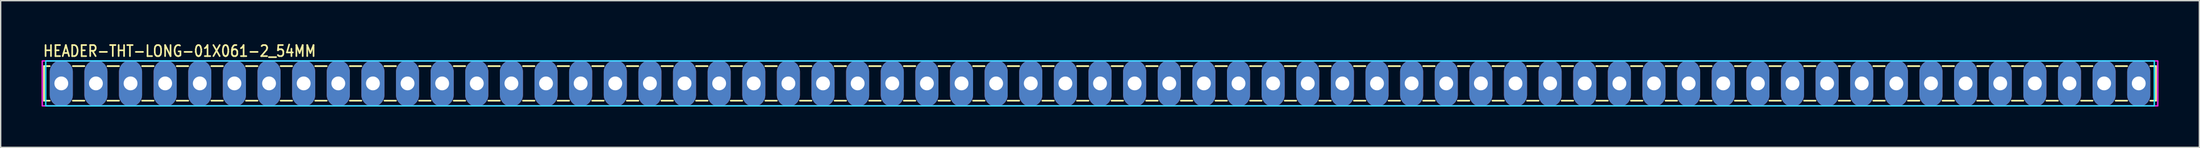
<source format=kicad_pcb>
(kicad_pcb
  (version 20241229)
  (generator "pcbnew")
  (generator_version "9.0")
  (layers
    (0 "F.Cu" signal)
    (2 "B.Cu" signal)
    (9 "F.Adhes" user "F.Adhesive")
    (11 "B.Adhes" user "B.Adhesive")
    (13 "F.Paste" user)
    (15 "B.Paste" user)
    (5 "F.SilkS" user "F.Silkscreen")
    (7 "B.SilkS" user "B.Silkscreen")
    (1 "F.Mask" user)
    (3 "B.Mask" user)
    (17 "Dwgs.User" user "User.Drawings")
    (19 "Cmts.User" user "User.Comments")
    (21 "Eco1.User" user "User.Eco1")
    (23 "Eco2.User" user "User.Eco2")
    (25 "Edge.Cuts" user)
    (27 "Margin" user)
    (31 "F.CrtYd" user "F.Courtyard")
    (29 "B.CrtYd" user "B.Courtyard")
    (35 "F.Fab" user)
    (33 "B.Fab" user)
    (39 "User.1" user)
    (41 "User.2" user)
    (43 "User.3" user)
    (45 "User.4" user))
  (footprint "HEADER-THT-LONG-01X061-2_54MM"
    (layer "F.Cu")
    (at 1.447 3.079)
    (property "Reference" "HEADER-THT-LONG-01X061-2_54MM" (at -1.4 -1.9 0) (unlocked yes) (layer "F.SilkS") (effects (font (size 0.813 0.695) (thickness 0.122)) (justify left bottom)))
    (fp_line (start -1.27 -1.27) (end -1.27 1.27) (stroke (width 0.127) (type solid)) (layer "F.SilkS"))
    (fp_line (start -1.27 1.27) (end -0.85 1.27) (stroke (width 0.127) (type solid)) (layer "F.SilkS"))
    (fp_line (start -0.85 -1.27) (end -1.27 -1.27) (stroke (width 0.127) (type solid)) (layer "F.SilkS"))
    (fp_line (start 0.85 -1.27) (end 1.69 -1.27) (stroke (width 0.127) (type solid)) (layer "F.SilkS"))
    (fp_line (start 0.85 1.27) (end 1.69 1.27) (stroke (width 0.127) (type solid)) (layer "F.SilkS"))
    (fp_line (start 3.39 -1.27) (end 4.23 -1.27) (stroke (width 0.127) (type solid)) (layer "F.SilkS"))
    (fp_line (start 3.39 1.27) (end 4.23 1.27) (stroke (width 0.127) (type solid)) (layer "F.SilkS"))
    (fp_line (start 5.93 -1.27) (end 6.77 -1.27) (stroke (width 0.127) (type solid)) (layer "F.SilkS"))
    (fp_line (start 5.93 1.27) (end 6.77 1.27) (stroke (width 0.127) (type solid)) (layer "F.SilkS"))
    (fp_line (start 8.47 -1.27) (end 9.31 -1.27) (stroke (width 0.127) (type solid)) (layer "F.SilkS"))
    (fp_line (start 8.47 1.27) (end 9.31 1.27) (stroke (width 0.127) (type solid)) (layer "F.SilkS"))
    (fp_line (start 11.01 -1.27) (end 11.85 -1.27) (stroke (width 0.127) (type solid)) (layer "F.SilkS"))
    (fp_line (start 11.01 1.27) (end 11.85 1.27) (stroke (width 0.127) (type solid)) (layer "F.SilkS"))
    (fp_line (start 13.55 -1.27) (end 14.39 -1.27) (stroke (width 0.127) (type solid)) (layer "F.SilkS"))
    (fp_line (start 13.55 1.27) (end 14.39 1.27) (stroke (width 0.127) (type solid)) (layer "F.SilkS"))
    (fp_line (start 16.09 -1.27) (end 16.93 -1.27) (stroke (width 0.127) (type solid)) (layer "F.SilkS"))
    (fp_line (start 16.09 1.27) (end 16.93 1.27) (stroke (width 0.127) (type solid)) (layer "F.SilkS"))
    (fp_line (start 18.63 -1.27) (end 19.47 -1.27) (stroke (width 0.127) (type solid)) (layer "F.SilkS"))
    (fp_line (start 18.63 1.27) (end 19.47 1.27) (stroke (width 0.127) (type solid)) (layer "F.SilkS"))
    (fp_line (start 21.17 -1.27) (end 22.01 -1.27) (stroke (width 0.127) (type solid)) (layer "F.SilkS"))
    (fp_line (start 21.17 1.27) (end 22.01 1.27) (stroke (width 0.127) (type solid)) (layer "F.SilkS"))
    (fp_line (start 23.71 -1.27) (end 24.55 -1.27) (stroke (width 0.127) (type solid)) (layer "F.SilkS"))
    (fp_line (start 23.71 1.27) (end 24.55 1.27) (stroke (width 0.127) (type solid)) (layer "F.SilkS"))
    (fp_line (start 26.25 -1.27) (end 27.09 -1.27) (stroke (width 0.127) (type solid)) (layer "F.SilkS"))
    (fp_line (start 26.25 1.27) (end 27.09 1.27) (stroke (width 0.127) (type solid)) (layer "F.SilkS"))
    (fp_line (start 28.79 -1.27) (end 29.63 -1.27) (stroke (width 0.127) (type solid)) (layer "F.SilkS"))
    (fp_line (start 28.79 1.27) (end 29.63 1.27) (stroke (width 0.127) (type solid)) (layer "F.SilkS"))
    (fp_line (start 31.33 -1.27) (end 32.17 -1.27) (stroke (width 0.127) (type solid)) (layer "F.SilkS"))
    (fp_line (start 31.33 1.27) (end 32.17 1.27) (stroke (width 0.127) (type solid)) (layer "F.SilkS"))
    (fp_line (start 33.87 -1.27) (end 34.71 -1.27) (stroke (width 0.127) (type solid)) (layer "F.SilkS"))
    (fp_line (start 33.87 1.27) (end 34.71 1.27) (stroke (width 0.127) (type solid)) (layer "F.SilkS"))
    (fp_line (start 36.41 -1.27) (end 37.25 -1.27) (stroke (width 0.127) (type solid)) (layer "F.SilkS"))
    (fp_line (start 36.41 1.27) (end 37.25 1.27) (stroke (width 0.127) (type solid)) (layer "F.SilkS"))
    (fp_line (start 38.95 -1.27) (end 39.79 -1.27) (stroke (width 0.127) (type solid)) (layer "F.SilkS"))
    (fp_line (start 38.95 1.27) (end 39.79 1.27) (stroke (width 0.127) (type solid)) (layer "F.SilkS"))
    (fp_line (start 41.49 -1.27) (end 42.33 -1.27) (stroke (width 0.127) (type solid)) (layer "F.SilkS"))
    (fp_line (start 41.49 1.27) (end 42.33 1.27) (stroke (width 0.127) (type solid)) (layer "F.SilkS"))
    (fp_line (start 44.03 -1.27) (end 44.87 -1.27) (stroke (width 0.127) (type solid)) (layer "F.SilkS"))
    (fp_line (start 44.03 1.27) (end 44.87 1.27) (stroke (width 0.127) (type solid)) (layer "F.SilkS"))
    (fp_line (start 46.57 -1.27) (end 47.41 -1.27) (stroke (width 0.127) (type solid)) (layer "F.SilkS"))
    (fp_line (start 46.57 1.27) (end 47.41 1.27) (stroke (width 0.127) (type solid)) (layer "F.SilkS"))
    (fp_line (start 49.11 -1.27) (end 49.95 -1.27) (stroke (width 0.127) (type solid)) (layer "F.SilkS"))
    (fp_line (start 49.11 1.27) (end 49.95 1.27) (stroke (width 0.127) (type solid)) (layer "F.SilkS"))
    (fp_line (start 51.65 -1.27) (end 52.49 -1.27) (stroke (width 0.127) (type solid)) (layer "F.SilkS"))
    (fp_line (start 51.65 1.27) (end 52.49 1.27) (stroke (width 0.127) (type solid)) (layer "F.SilkS"))
    (fp_line (start 54.19 -1.27) (end 55.03 -1.27) (stroke (width 0.127) (type solid)) (layer "F.SilkS"))
    (fp_line (start 54.19 1.27) (end 55.03 1.27) (stroke (width 0.127) (type solid)) (layer "F.SilkS"))
    (fp_line (start 56.73 -1.27) (end 57.57 -1.27) (stroke (width 0.127) (type solid)) (layer "F.SilkS"))
    (fp_line (start 56.73 1.27) (end 57.57 1.27) (stroke (width 0.127) (type solid)) (layer "F.SilkS"))
    (fp_line (start 59.27 -1.27) (end 60.11 -1.27) (stroke (width 0.127) (type solid)) (layer "F.SilkS"))
    (fp_line (start 59.27 1.27) (end 60.11 1.27) (stroke (width 0.127) (type solid)) (layer "F.SilkS"))
    (fp_line (start 61.81 -1.27) (end 62.65 -1.27) (stroke (width 0.127) (type solid)) (layer "F.SilkS"))
    (fp_line (start 61.81 1.27) (end 62.65 1.27) (stroke (width 0.127) (type solid)) (layer "F.SilkS"))
    (fp_line (start 64.35 -1.27) (end 65.19 -1.27) (stroke (width 0.127) (type solid)) (layer "F.SilkS"))
    (fp_line (start 64.35 1.27) (end 65.19 1.27) (stroke (width 0.127) (type solid)) (layer "F.SilkS"))
    (fp_line (start 66.89 -1.27) (end 67.73 -1.27) (stroke (width 0.127) (type solid)) (layer "F.SilkS"))
    (fp_line (start 66.89 1.27) (end 67.73 1.27) (stroke (width 0.127) (type solid)) (layer "F.SilkS"))
    (fp_line (start 69.43 -1.27) (end 70.27 -1.27) (stroke (width 0.127) (type solid)) (layer "F.SilkS"))
    (fp_line (start 69.43 1.27) (end 70.27 1.27) (stroke (width 0.127) (type solid)) (layer "F.SilkS"))
    (fp_line (start 71.97 -1.27) (end 72.81 -1.27) (stroke (width 0.127) (type solid)) (layer "F.SilkS"))
    (fp_line (start 71.97 1.27) (end 72.81 1.27) (stroke (width 0.127) (type solid)) (layer "F.SilkS"))
    (fp_line (start 74.51 -1.27) (end 75.35 -1.27) (stroke (width 0.127) (type solid)) (layer "F.SilkS"))
    (fp_line (start 74.51 1.27) (end 75.35 1.27) (stroke (width 0.127) (type solid)) (layer "F.SilkS"))
    (fp_line (start 77.05 -1.27) (end 77.89 -1.27) (stroke (width 0.127) (type solid)) (layer "F.SilkS"))
    (fp_line (start 77.05 1.27) (end 77.89 1.27) (stroke (width 0.127) (type solid)) (layer "F.SilkS"))
    (fp_line (start 79.59 -1.27) (end 80.43 -1.27) (stroke (width 0.127) (type solid)) (layer "F.SilkS"))
    (fp_line (start 79.59 1.27) (end 80.43 1.27) (stroke (width 0.127) (type solid)) (layer "F.SilkS"))
    (fp_line (start 82.13 -1.27) (end 82.97 -1.27) (stroke (width 0.127) (type solid)) (layer "F.SilkS"))
    (fp_line (start 82.13 1.27) (end 82.97 1.27) (stroke (width 0.127) (type solid)) (layer "F.SilkS"))
    (fp_line (start 84.67 -1.27) (end 85.51 -1.27) (stroke (width 0.127) (type solid)) (layer "F.SilkS"))
    (fp_line (start 84.67 1.27) (end 85.51 1.27) (stroke (width 0.127) (type solid)) (layer "F.SilkS"))
    (fp_line (start 87.21 -1.27) (end 88.05 -1.27) (stroke (width 0.127) (type solid)) (layer "F.SilkS"))
    (fp_line (start 87.21 1.27) (end 88.05 1.27) (stroke (width 0.127) (type solid)) (layer "F.SilkS"))
    (fp_line (start 89.75 -1.27) (end 90.59 -1.27) (stroke (width 0.127) (type solid)) (layer "F.SilkS"))
    (fp_line (start 89.75 1.27) (end 90.59 1.27) (stroke (width 0.127) (type solid)) (layer "F.SilkS"))
    (fp_line (start 92.29 -1.27) (end 93.13 -1.27) (stroke (width 0.127) (type solid)) (layer "F.SilkS"))
    (fp_line (start 92.29 1.27) (end 93.13 1.27) (stroke (width 0.127) (type solid)) (layer "F.SilkS"))
    (fp_line (start 94.83 -1.27) (end 95.67 -1.27) (stroke (width 0.127) (type solid)) (layer "F.SilkS"))
    (fp_line (start 94.83 1.27) (end 95.67 1.27) (stroke (width 0.127) (type solid)) (layer "F.SilkS"))
    (fp_line (start 97.37 -1.27) (end 98.21 -1.27) (stroke (width 0.127) (type solid)) (layer "F.SilkS"))
    (fp_line (start 97.37 1.27) (end 98.21 1.27) (stroke (width 0.127) (type solid)) (layer "F.SilkS"))
    (fp_line (start 99.91 -1.27) (end 100.75 -1.27) (stroke (width 0.127) (type solid)) (layer "F.SilkS"))
    (fp_line (start 99.91 1.27) (end 100.75 1.27) (stroke (width 0.127) (type solid)) (layer "F.SilkS"))
    (fp_line (start 102.45 -1.27) (end 103.29 -1.27) (stroke (width 0.127) (type solid)) (layer "F.SilkS"))
    (fp_line (start 102.45 1.27) (end 103.29 1.27) (stroke (width 0.127) (type solid)) (layer "F.SilkS"))
    (fp_line (start 104.99 -1.27) (end 105.83 -1.27) (stroke (width 0.127) (type solid)) (layer "F.SilkS"))
    (fp_line (start 104.99 1.27) (end 105.83 1.27) (stroke (width 0.127) (type solid)) (layer "F.SilkS"))
    (fp_line (start 107.53 -1.27) (end 108.37 -1.27) (stroke (width 0.127) (type solid)) (layer "F.SilkS"))
    (fp_line (start 107.53 1.27) (end 108.37 1.27) (stroke (width 0.127) (type solid)) (layer "F.SilkS"))
    (fp_line (start 110.07 -1.27) (end 110.91 -1.27) (stroke (width 0.127) (type solid)) (layer "F.SilkS"))
    (fp_line (start 110.07 1.27) (end 110.91 1.27) (stroke (width 0.127) (type solid)) (layer "F.SilkS"))
    (fp_line (start 112.61 -1.27) (end 113.45 -1.27) (stroke (width 0.127) (type solid)) (layer "F.SilkS"))
    (fp_line (start 112.61 1.27) (end 113.45 1.27) (stroke (width 0.127) (type solid)) (layer "F.SilkS"))
    (fp_line (start 115.15 -1.27) (end 115.99 -1.27) (stroke (width 0.127) (type solid)) (layer "F.SilkS"))
    (fp_line (start 115.15 1.27) (end 115.99 1.27) (stroke (width 0.127) (type solid)) (layer "F.SilkS"))
    (fp_line (start 117.69 -1.27) (end 118.53 -1.27) (stroke (width 0.127) (type solid)) (layer "F.SilkS"))
    (fp_line (start 117.69 1.27) (end 118.53 1.27) (stroke (width 0.127) (type solid)) (layer "F.SilkS"))
    (fp_line (start 120.23 -1.27) (end 121.07 -1.27) (stroke (width 0.127) (type solid)) (layer "F.SilkS"))
    (fp_line (start 120.23 1.27) (end 121.07 1.27) (stroke (width 0.127) (type solid)) (layer "F.SilkS"))
    (fp_line (start 122.77 -1.27) (end 123.61 -1.27) (stroke (width 0.127) (type solid)) (layer "F.SilkS"))
    (fp_line (start 122.77 1.27) (end 123.61 1.27) (stroke (width 0.127) (type solid)) (layer "F.SilkS"))
    (fp_line (start 125.31 -1.27) (end 126.15 -1.27) (stroke (width 0.127) (type solid)) (layer "F.SilkS"))
    (fp_line (start 125.31 1.27) (end 126.15 1.27) (stroke (width 0.127) (type solid)) (layer "F.SilkS"))
    (fp_line (start 127.85 -1.27) (end 128.69 -1.27) (stroke (width 0.127) (type solid)) (layer "F.SilkS"))
    (fp_line (start 127.85 1.27) (end 128.69 1.27) (stroke (width 0.127) (type solid)) (layer "F.SilkS"))
    (fp_line (start 130.39 -1.27) (end 131.23 -1.27) (stroke (width 0.127) (type solid)) (layer "F.SilkS"))
    (fp_line (start 130.39 1.27) (end 131.23 1.27) (stroke (width 0.127) (type solid)) (layer "F.SilkS"))
    (fp_line (start 132.93 -1.27) (end 133.77 -1.27) (stroke (width 0.127) (type solid)) (layer "F.SilkS"))
    (fp_line (start 132.93 1.27) (end 133.77 1.27) (stroke (width 0.127) (type solid)) (layer "F.SilkS"))
    (fp_line (start 135.47 -1.27) (end 136.31 -1.27) (stroke (width 0.127) (type solid)) (layer "F.SilkS"))
    (fp_line (start 135.47 1.27) (end 136.31 1.27) (stroke (width 0.127) (type solid)) (layer "F.SilkS"))
    (fp_line (start 138.01 -1.27) (end 138.85 -1.27) (stroke (width 0.127) (type solid)) (layer "F.SilkS"))
    (fp_line (start 138.01 1.27) (end 138.85 1.27) (stroke (width 0.127) (type solid)) (layer "F.SilkS"))
    (fp_line (start 140.55 -1.27) (end 141.39 -1.27) (stroke (width 0.127) (type solid)) (layer "F.SilkS"))
    (fp_line (start 140.55 1.27) (end 141.39 1.27) (stroke (width 0.127) (type solid)) (layer "F.SilkS"))
    (fp_line (start 143.09 -1.27) (end 143.93 -1.27) (stroke (width 0.127) (type solid)) (layer "F.SilkS"))
    (fp_line (start 143.09 1.27) (end 143.93 1.27) (stroke (width 0.127) (type solid)) (layer "F.SilkS"))
    (fp_line (start 145.63 -1.27) (end 146.47 -1.27) (stroke (width 0.127) (type solid)) (layer "F.SilkS"))
    (fp_line (start 145.63 1.27) (end 146.47 1.27) (stroke (width 0.127) (type solid)) (layer "F.SilkS"))
    (fp_line (start 148.17 -1.27) (end 149.01 -1.27) (stroke (width 0.127) (type solid)) (layer "F.SilkS"))
    (fp_line (start 148.17 1.27) (end 149.01 1.27) (stroke (width 0.127) (type solid)) (layer "F.SilkS"))
    (fp_line (start 150.71 -1.27) (end 151.55 -1.27) (stroke (width 0.127) (type solid)) (layer "F.SilkS"))
    (fp_line (start 150.71 1.27) (end 151.55 1.27) (stroke (width 0.127) (type solid)) (layer "F.SilkS"))
    (fp_line (start 153.25 -1.27) (end 153.67 -1.27) (stroke (width 0.127) (type solid)) (layer "F.SilkS"))
    (fp_line (start 153.67 -1.27) (end 153.67 1.27) (stroke (width 0.127) (type solid)) (layer "F.SilkS"))
    (fp_line (start 153.67 1.27) (end 153.25 1.27) (stroke (width 0.127) (type solid)) (layer "F.SilkS"))
    (fp_poly (pts (xy -1.143 -1.651) (xy 153.543 -1.651) (xy 153.543 1.651) (xy -1.143 1.651)) (stroke (width 0.1) (type solid)) (fill no) (layer "B.CrtYd"))
    (fp_poly (pts (xy -1.397 -1.651) (xy 153.797 -1.651) (xy 153.797 1.651) (xy -1.397 1.651)) (stroke (width 0.1) (type solid)) (fill no) (layer "F.CrtYd"))
    (pad "P$1" thru_hole oval (at 0 0 90) (size 3.387 1.693) (drill 1.016) (layers "*.Cu" "*.Mask"))
    (pad "P$2" thru_hole oval (at 2.54 0 90) (size 3.387 1.693) (drill 1.016) (layers "*.Cu" "*.Mask"))
    (pad "P$3" thru_hole oval (at 5.08 0 90) (size 3.387 1.693) (drill 1.016) (layers "*.Cu" "*.Mask"))
    (pad "P$4" thru_hole oval (at 7.62 0 90) (size 3.387 1.693) (drill 1.016) (layers "*.Cu" "*.Mask"))
    (pad "P$5" thru_hole oval (at 10.16 0 90) (size 3.387 1.693) (drill 1.016) (layers "*.Cu" "*.Mask"))
    (pad "P$6" thru_hole oval (at 12.7 0 90) (size 3.387 1.693) (drill 1.016) (layers "*.Cu" "*.Mask"))
    (pad "P$7" thru_hole oval (at 15.24 0 90) (size 3.387 1.693) (drill 1.016) (layers "*.Cu" "*.Mask"))
    (pad "P$8" thru_hole oval (at 17.78 0 90) (size 3.387 1.693) (drill 1.016) (layers "*.Cu" "*.Mask"))
    (pad "P$9" thru_hole oval (at 20.32 0 90) (size 3.387 1.693) (drill 1.016) (layers "*.Cu" "*.Mask"))
    (pad "P$10" thru_hole oval (at 22.86 0 90) (size 3.387 1.693) (drill 1.016) (layers "*.Cu" "*.Mask"))
    (pad "P$11" thru_hole oval (at 25.4 0 90) (size 3.387 1.693) (drill 1.016) (layers "*.Cu" "*.Mask"))
    (pad "P$12" thru_hole oval (at 27.94 0 90) (size 3.387 1.693) (drill 1.016) (layers "*.Cu" "*.Mask"))
    (pad "P$13" thru_hole oval (at 30.48 0 90) (size 3.387 1.693) (drill 1.016) (layers "*.Cu" "*.Mask"))
    (pad "P$14" thru_hole oval (at 33.02 0 90) (size 3.387 1.693) (drill 1.016) (layers "*.Cu" "*.Mask"))
    (pad "P$15" thru_hole oval (at 35.56 0 90) (size 3.387 1.693) (drill 1.016) (layers "*.Cu" "*.Mask"))
    (pad "P$16" thru_hole oval (at 38.1 0 90) (size 3.387 1.693) (drill 1.016) (layers "*.Cu" "*.Mask"))
    (pad "P$17" thru_hole oval (at 40.64 0 90) (size 3.387 1.693) (drill 1.016) (layers "*.Cu" "*.Mask"))
    (pad "P$18" thru_hole oval (at 43.18 0 90) (size 3.387 1.693) (drill 1.016) (layers "*.Cu" "*.Mask"))
    (pad "P$19" thru_hole oval (at 45.72 0 90) (size 3.387 1.693) (drill 1.016) (layers "*.Cu" "*.Mask"))
    (pad "P$20" thru_hole oval (at 48.26 0 90) (size 3.387 1.693) (drill 1.016) (layers "*.Cu" "*.Mask"))
    (pad "P$21" thru_hole oval (at 50.8 0 90) (size 3.387 1.693) (drill 1.016) (layers "*.Cu" "*.Mask"))
    (pad "P$22" thru_hole oval (at 53.34 0 90) (size 3.387 1.693) (drill 1.016) (layers "*.Cu" "*.Mask"))
    (pad "P$23" thru_hole oval (at 55.88 0 90) (size 3.387 1.693) (drill 1.016) (layers "*.Cu" "*.Mask"))
    (pad "P$24" thru_hole oval (at 58.42 0 90) (size 3.387 1.693) (drill 1.016) (layers "*.Cu" "*.Mask"))
    (pad "P$25" thru_hole oval (at 60.96 0 90) (size 3.387 1.693) (drill 1.016) (layers "*.Cu" "*.Mask"))
    (pad "P$26" thru_hole oval (at 63.5 0 90) (size 3.387 1.693) (drill 1.016) (layers "*.Cu" "*.Mask"))
    (pad "P$27" thru_hole oval (at 66.04 0 90) (size 3.387 1.693) (drill 1.016) (layers "*.Cu" "*.Mask"))
    (pad "P$28" thru_hole oval (at 68.58 0 90) (size 3.387 1.693) (drill 1.016) (layers "*.Cu" "*.Mask"))
    (pad "P$29" thru_hole oval (at 71.12 0 90) (size 3.387 1.693) (drill 1.016) (layers "*.Cu" "*.Mask"))
    (pad "P$30" thru_hole oval (at 73.66 0 90) (size 3.387 1.693) (drill 1.016) (layers "*.Cu" "*.Mask"))
    (pad "P$31" thru_hole oval (at 76.2 0 90) (size 3.387 1.693) (drill 1.016) (layers "*.Cu" "*.Mask"))
    (pad "P$32" thru_hole oval (at 78.74 0 90) (size 3.387 1.693) (drill 1.016) (layers "*.Cu" "*.Mask"))
    (pad "P$33" thru_hole oval (at 81.28 0 90) (size 3.387 1.693) (drill 1.016) (layers "*.Cu" "*.Mask"))
    (pad "P$34" thru_hole oval (at 83.82 0 90) (size 3.387 1.693) (drill 1.016) (layers "*.Cu" "*.Mask"))
    (pad "P$35" thru_hole oval (at 86.36 0 90) (size 3.387 1.693) (drill 1.016) (layers "*.Cu" "*.Mask"))
    (pad "P$36" thru_hole oval (at 88.9 0 90) (size 3.387 1.693) (drill 1.016) (layers "*.Cu" "*.Mask"))
    (pad "P$37" thru_hole oval (at 91.44 0 90) (size 3.387 1.693) (drill 1.016) (layers "*.Cu" "*.Mask"))
    (pad "P$38" thru_hole oval (at 93.98 0 90) (size 3.387 1.693) (drill 1.016) (layers "*.Cu" "*.Mask"))
    (pad "P$39" thru_hole oval (at 96.52 0 90) (size 3.387 1.693) (drill 1.016) (layers "*.Cu" "*.Mask"))
    (pad "P$40" thru_hole oval (at 99.06 0 90) (size 3.387 1.693) (drill 1.016) (layers "*.Cu" "*.Mask"))
    (pad "P$41" thru_hole oval (at 101.6 0 90) (size 3.387 1.693) (drill 1.016) (layers "*.Cu" "*.Mask"))
    (pad "P$42" thru_hole oval (at 104.14 0 90) (size 3.387 1.693) (drill 1.016) (layers "*.Cu" "*.Mask"))
    (pad "P$43" thru_hole oval (at 106.68 0 90) (size 3.387 1.693) (drill 1.016) (layers "*.Cu" "*.Mask"))
    (pad "P$44" thru_hole oval (at 109.22 0 90) (size 3.387 1.693) (drill 1.016) (layers "*.Cu" "*.Mask"))
    (pad "P$45" thru_hole oval (at 111.76 0 90) (size 3.387 1.693) (drill 1.016) (layers "*.Cu" "*.Mask"))
    (pad "P$46" thru_hole oval (at 114.3 0 90) (size 3.387 1.693) (drill 1.016) (layers "*.Cu" "*.Mask"))
    (pad "P$47" thru_hole oval (at 116.84 0 90) (size 3.387 1.693) (drill 1.016) (layers "*.Cu" "*.Mask"))
    (pad "P$48" thru_hole oval (at 119.38 0 90) (size 3.387 1.693) (drill 1.016) (layers "*.Cu" "*.Mask"))
    (pad "P$49" thru_hole oval (at 121.92 0 90) (size 3.387 1.693) (drill 1.016) (layers "*.Cu" "*.Mask"))
    (pad "P$50" thru_hole oval (at 124.46 0 90) (size 3.387 1.693) (drill 1.016) (layers "*.Cu" "*.Mask"))
    (pad "P$51" thru_hole oval (at 127 0 90) (size 3.387 1.693) (drill 1.016) (layers "*.Cu" "*.Mask"))
    (pad "P$52" thru_hole oval (at 129.54 0 90) (size 3.387 1.693) (drill 1.016) (layers "*.Cu" "*.Mask"))
    (pad "P$53" thru_hole oval (at 132.08 0 90) (size 3.387 1.693) (drill 1.016) (layers "*.Cu" "*.Mask"))
    (pad "P$54" thru_hole oval (at 134.62 0 90) (size 3.387 1.693) (drill 1.016) (layers "*.Cu" "*.Mask"))
    (pad "P$55" thru_hole oval (at 137.16 0 90) (size 3.387 1.693) (drill 1.016) (layers "*.Cu" "*.Mask"))
    (pad "P$56" thru_hole oval (at 139.7 0 90) (size 3.387 1.693) (drill 1.016) (layers "*.Cu" "*.Mask"))
    (pad "P$57" thru_hole oval (at 142.24 0 90) (size 3.387 1.693) (drill 1.016) (layers "*.Cu" "*.Mask"))
    (pad "P$58" thru_hole oval (at 144.78 0 90) (size 3.387 1.693) (drill 1.016) (layers "*.Cu" "*.Mask"))
    (pad "P$59" thru_hole oval (at 147.32 0 90) (size 3.387 1.693) (drill 1.016) (layers "*.Cu" "*.Mask"))
    (pad "P$60" thru_hole oval (at 149.86 0 90) (size 3.387 1.693) (drill 1.016) (layers "*.Cu" "*.Mask"))
    (pad "P$61" thru_hole oval (at 152.4 0 90) (size 3.387 1.693) (drill 1.016) (layers "*.Cu" "*.Mask")))
  (gr_rect
    (start -3 -3)
    (end 158.294 7.78)
    (stroke (width 0.1) (type default))
    (fill no)
    (layer "Edge.Cuts")))
</source>
